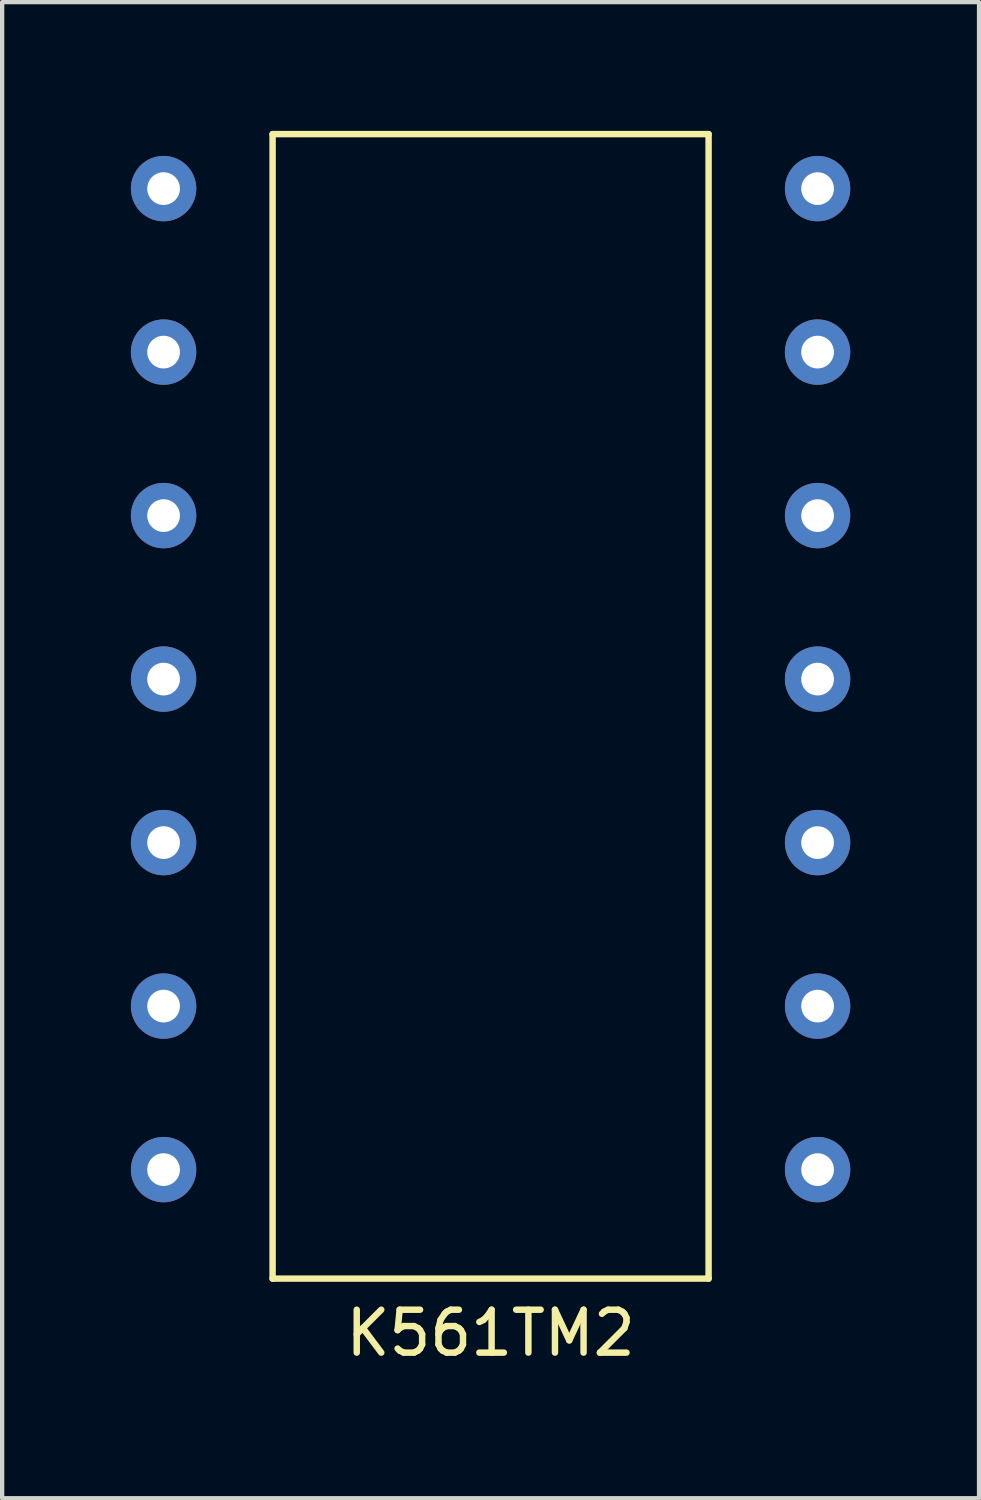
<source format=kicad_pcb>
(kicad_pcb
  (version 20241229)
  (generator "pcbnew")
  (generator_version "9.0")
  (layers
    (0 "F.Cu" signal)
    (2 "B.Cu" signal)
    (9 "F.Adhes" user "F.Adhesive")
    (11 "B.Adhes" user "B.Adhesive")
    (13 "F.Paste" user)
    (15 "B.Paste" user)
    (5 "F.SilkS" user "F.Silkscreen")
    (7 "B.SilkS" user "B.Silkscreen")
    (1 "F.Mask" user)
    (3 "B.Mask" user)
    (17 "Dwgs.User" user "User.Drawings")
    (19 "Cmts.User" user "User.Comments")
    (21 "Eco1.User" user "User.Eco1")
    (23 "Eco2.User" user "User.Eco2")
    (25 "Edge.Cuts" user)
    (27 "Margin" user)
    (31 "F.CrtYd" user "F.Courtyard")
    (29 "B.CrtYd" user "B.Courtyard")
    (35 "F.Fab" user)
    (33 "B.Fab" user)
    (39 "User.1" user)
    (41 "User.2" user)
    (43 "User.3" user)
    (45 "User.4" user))
  (footprint "К561ТМ2"
    (layer "F.Cu")
    (at 8.382 8.965)
    (property "Reference" "К561ТМ2" (at 0 19.05 0) (layer "F.SilkS") (effects (font (size 1 1) (thickness 0.15))))
    (attr through_hole)
    (fp_line (start -5.08 -8.89) (end 5.08 -8.89) (stroke (width 0.15) (type solid)) (layer "F.SilkS"))
    (fp_line (start -5.08 17.78) (end -5.08 -8.89) (stroke (width 0.15) (type solid)) (layer "F.SilkS"))
    (fp_line (start 5.08 -8.89) (end 5.08 17.78) (stroke (width 0.15) (type solid)) (layer "F.SilkS"))
    (fp_line (start 5.08 17.78) (end -5.08 17.78) (stroke (width 0.15) (type solid)) (layer "F.SilkS"))
    (pad "1" thru_hole circle (at 7.62 -7.62) (size 1.524 1.524) (drill 0.762) (layers "*.Cu" "*.Mask"))
    (pad "2" thru_hole circle (at 7.62 -3.81) (size 1.524 1.524) (drill 0.762) (layers "*.Cu" "*.Mask"))
    (pad "3" thru_hole circle (at 7.62 0) (size 1.524 1.524) (drill 0.762) (layers "*.Cu" "*.Mask"))
    (pad "4" thru_hole circle (at 7.62 3.81) (size 1.524 1.524) (drill 0.762) (layers "*.Cu" "*.Mask"))
    (pad "5" thru_hole circle (at 7.62 7.62) (size 1.524 1.524) (drill 0.762) (layers "*.Cu" "*.Mask"))
    (pad "6" thru_hole circle (at 7.62 11.43) (size 1.524 1.524) (drill 0.762) (layers "*.Cu" "*.Mask"))
    (pad "7" thru_hole circle (at 7.62 15.24) (size 1.524 1.524) (drill 0.762) (layers "*.Cu" "*.Mask"))
    (pad "8" thru_hole circle (at -7.62 15.24) (size 1.524 1.524) (drill 0.762) (layers "*.Cu" "*.Mask"))
    (pad "9" thru_hole circle (at -7.62 11.43) (size 1.524 1.524) (drill 0.762) (layers "*.Cu" "*.Mask"))
    (pad "10" thru_hole circle (at -7.62 7.62) (size 1.524 1.524) (drill 0.762) (layers "*.Cu" "*.Mask"))
    (pad "11" thru_hole circle (at -7.62 3.81) (size 1.524 1.524) (drill 0.762) (layers "*.Cu" "*.Mask"))
    (pad "12" thru_hole circle (at -7.62 0) (size 1.524 1.524) (drill 0.762) (layers "*.Cu" "*.Mask"))
    (pad "13" thru_hole circle (at -7.62 -3.81) (size 1.524 1.524) (drill 0.762) (layers "*.Cu" "*.Mask"))
    (pad "14" thru_hole circle (at -7.62 -7.62) (size 1.524 1.524) (drill 0.762) (layers "*.Cu" "*.Mask")))
  (gr_rect
    (start -3 -3)
    (end 19.764 31.863)
    (stroke (width 0.1) (type default))
    (fill no)
    (layer "Edge.Cuts")))
</source>
